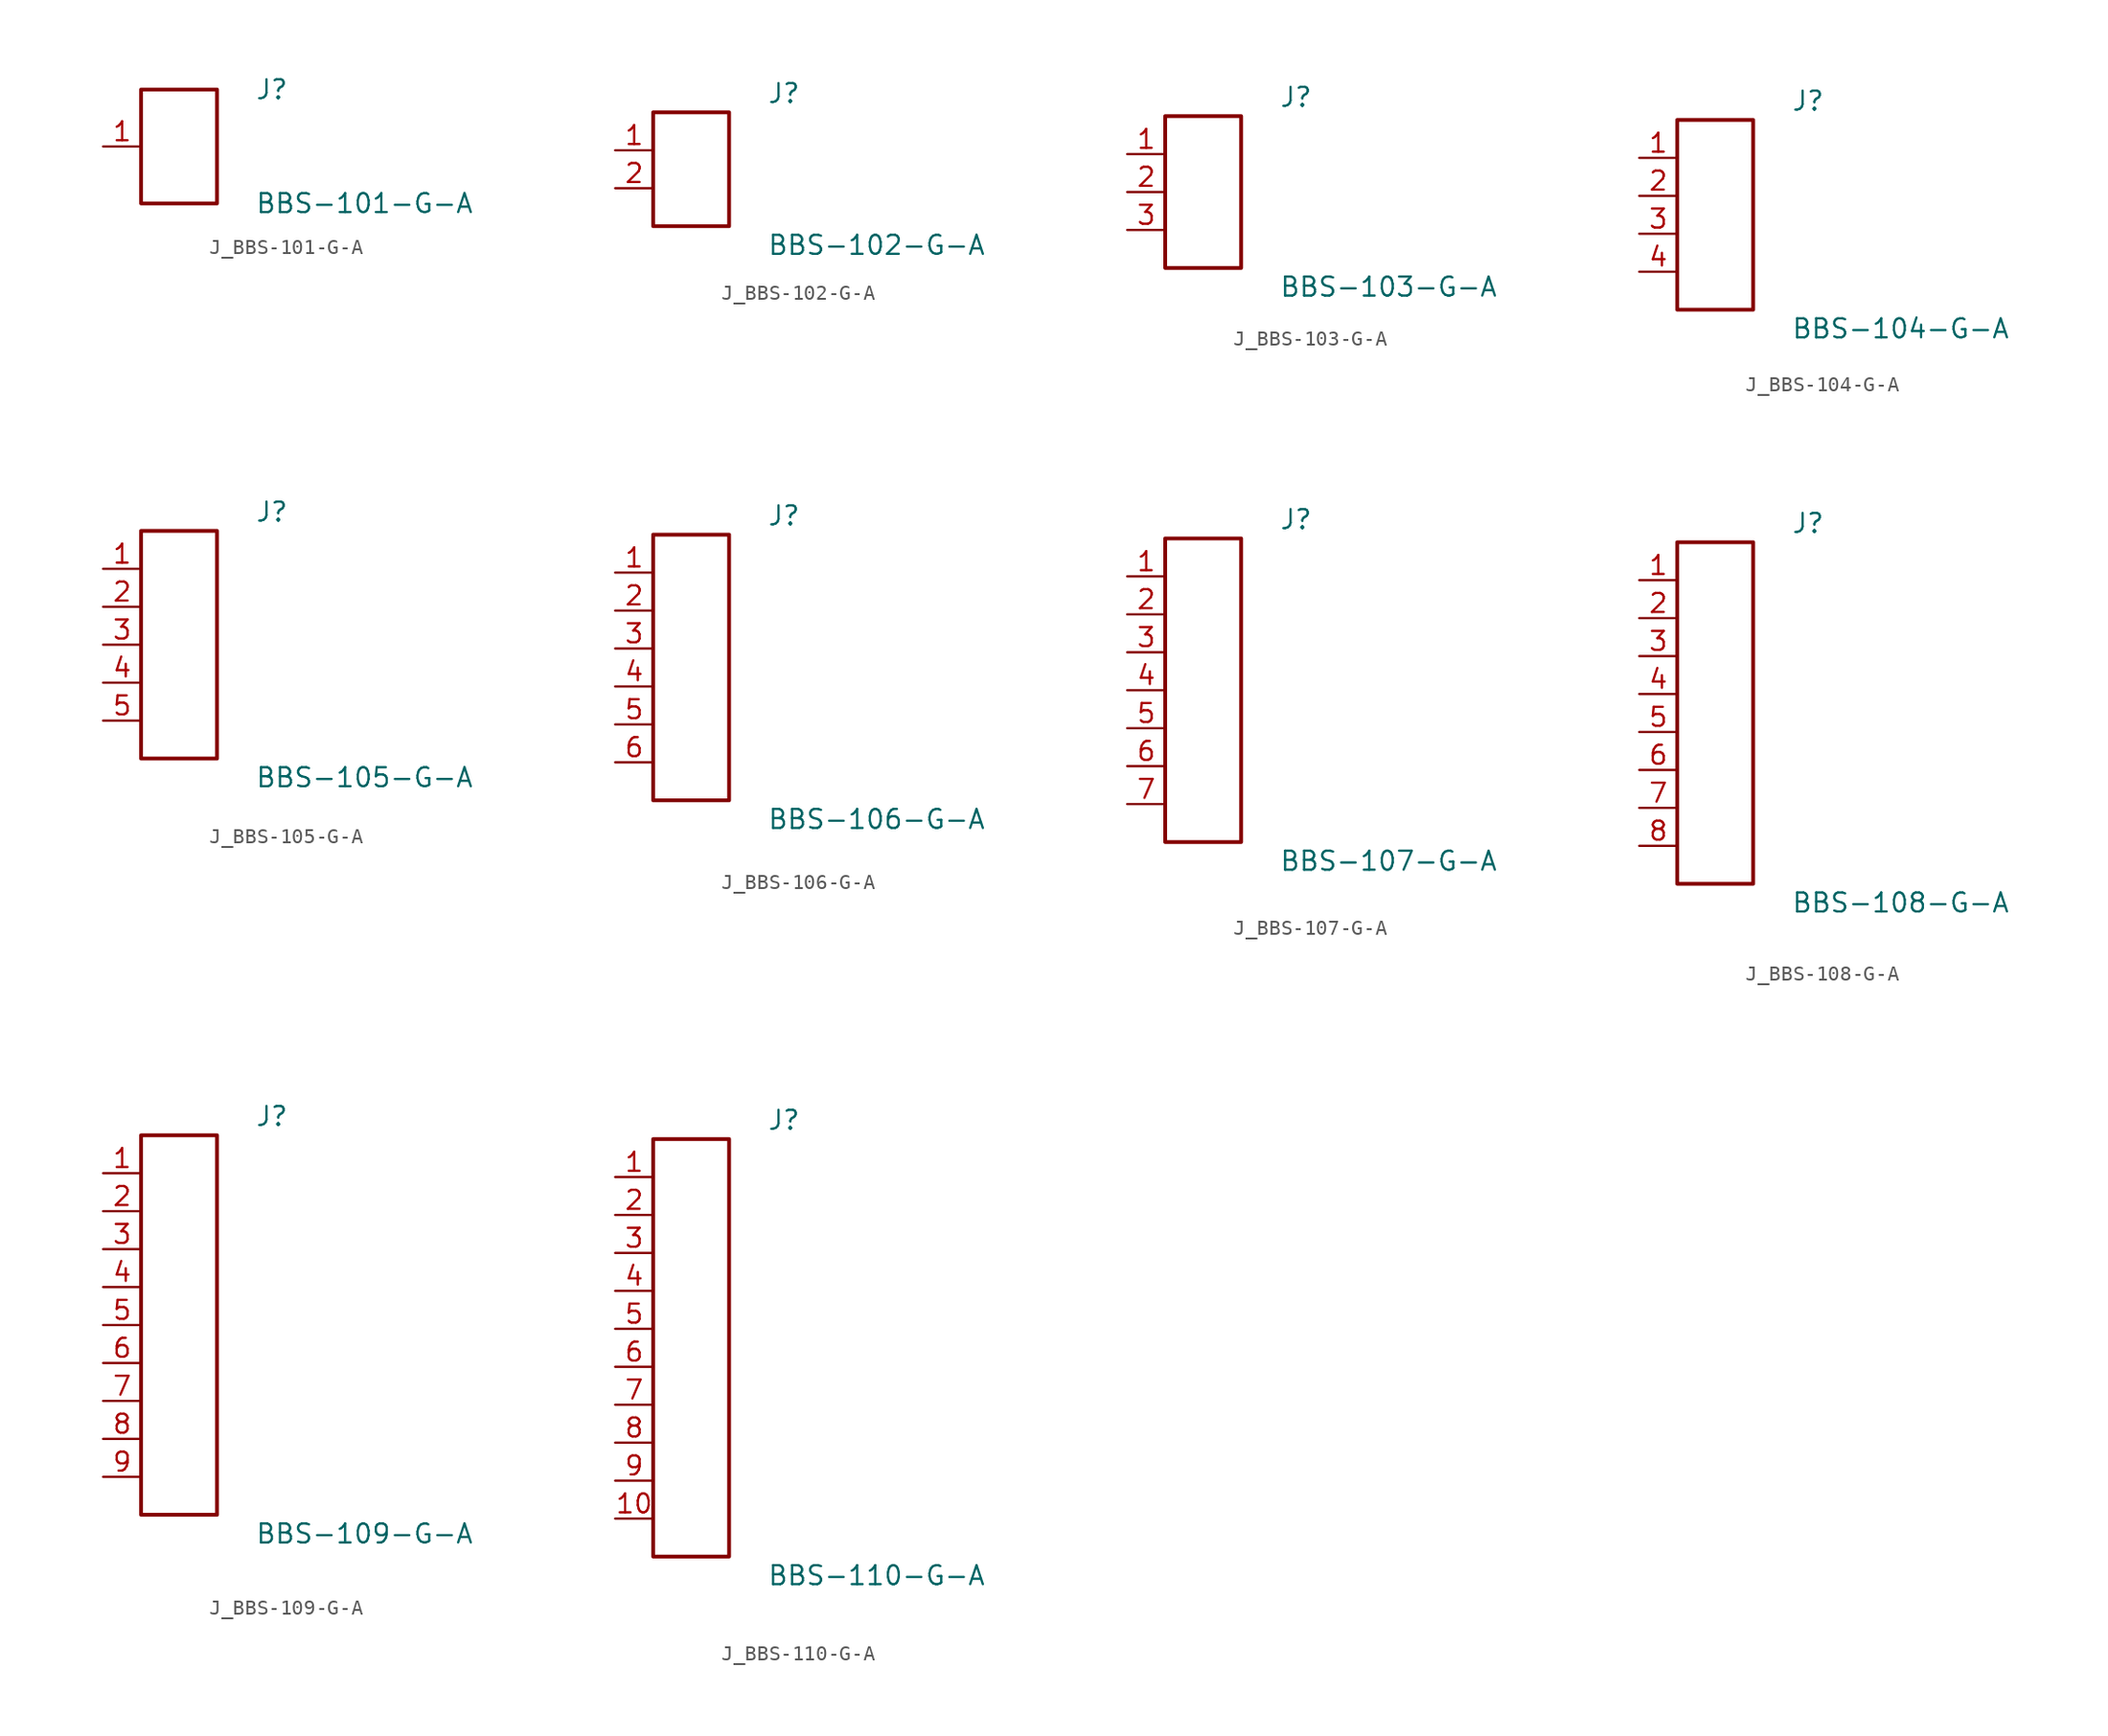
<source format=kicad_sym>
(kicad_symbol_lib
  (version 20231120)
  (generator kicad_symbol_editor)
  (generator_version 8.0)
  (symbol "J_BBS-101-G-A"
    (pin_names
      (offset 0.254))
    (property "Reference" "J"
      (at 5.08 3.81 0)
      (effects (font (size 1.27 1.27)) (justify left)))
    (property "Value" "BBS-101-G-A"
      (at 5.08 -3.81 0)
      (effects (font (size 1.27 1.27)) (justify left)))
    (symbol "J_BBS-101-G-A_0_0"
      (pin passive line (at -5.08 0.0 0) (length 2.54) (name "" (effects (font (size 1.27 1.27)))) (number "1" (effects (font (size 1.27 1.27))))))
    (symbol "J_BBS-101-G-A_1_0"
      (rectangle (start -2.54 3.81) (end 2.54 -3.81) (stroke (width 0.254) (type solid)) (fill (type none)))))
  (symbol "J_BBS-102-G-A"
    (pin_names
      (offset 0.254))
    (property "Reference" "J"
      (at 5.08 5.08 0)
      (effects (font (size 1.27 1.27)) (justify left)))
    (property "Value" "BBS-102-G-A"
      (at 5.08 -5.08 0)
      (effects (font (size 1.27 1.27)) (justify left)))
    (symbol "J_BBS-102-G-A_0_0"
      (pin passive line (at -5.08 1.27 0) (length 2.54) (name "" (effects (font (size 1.27 1.27)))) (number "1" (effects (font (size 1.27 1.27)))))
      (pin passive line (at -5.08 -1.27 0) (length 2.54) (name "" (effects (font (size 1.27 1.27)))) (number "2" (effects (font (size 1.27 1.27))))))
    (symbol "J_BBS-102-G-A_1_0"
      (rectangle (start -2.54 3.81) (end 2.54 -3.81) (stroke (width 0.254) (type solid)) (fill (type none)))))
  (symbol "J_BBS-103-G-A"
    (pin_names
      (offset 0.254))
    (property "Reference" "J"
      (at 5.08 6.35 0)
      (effects (font (size 1.27 1.27)) (justify left)))
    (property "Value" "BBS-103-G-A"
      (at 5.08 -6.35 0)
      (effects (font (size 1.27 1.27)) (justify left)))
    (symbol "J_BBS-103-G-A_0_0"
      (pin passive line (at -5.08 2.54 0) (length 2.54) (name "" (effects (font (size 1.27 1.27)))) (number "1" (effects (font (size 1.27 1.27)))))
      (pin passive line (at -5.08 0.0 0) (length 2.54) (name "" (effects (font (size 1.27 1.27)))) (number "2" (effects (font (size 1.27 1.27)))))
      (pin passive line (at -5.08 -2.54 0) (length 2.54) (name "" (effects (font (size 1.27 1.27)))) (number "3" (effects (font (size 1.27 1.27))))))
    (symbol "J_BBS-103-G-A_1_0"
      (rectangle (start -2.54 5.08) (end 2.54 -5.08) (stroke (width 0.254) (type solid)) (fill (type none)))))
  (symbol "J_BBS-104-G-A"
    (pin_names
      (offset 0.254))
    (property "Reference" "J"
      (at 5.08 7.62 0)
      (effects (font (size 1.27 1.27)) (justify left)))
    (property "Value" "BBS-104-G-A"
      (at 5.08 -7.62 0)
      (effects (font (size 1.27 1.27)) (justify left)))
    (symbol "J_BBS-104-G-A_0_0"
      (pin passive line (at -5.08 3.81 0) (length 2.54) (name "" (effects (font (size 1.27 1.27)))) (number "1" (effects (font (size 1.27 1.27)))))
      (pin passive line (at -5.08 1.27 0) (length 2.54) (name "" (effects (font (size 1.27 1.27)))) (number "2" (effects (font (size 1.27 1.27)))))
      (pin passive line (at -5.08 -1.27 0) (length 2.54) (name "" (effects (font (size 1.27 1.27)))) (number "3" (effects (font (size 1.27 1.27)))))
      (pin passive line (at -5.08 -3.81 0) (length 2.54) (name "" (effects (font (size 1.27 1.27)))) (number "4" (effects (font (size 1.27 1.27))))))
    (symbol "J_BBS-104-G-A_1_0"
      (rectangle (start -2.54 6.35) (end 2.54 -6.35) (stroke (width 0.254) (type solid)) (fill (type none)))))
  (symbol "J_BBS-105-G-A"
    (pin_names
      (offset 0.254))
    (property "Reference" "J"
      (at 5.08 8.89 0)
      (effects (font (size 1.27 1.27)) (justify left)))
    (property "Value" "BBS-105-G-A"
      (at 5.08 -8.89 0)
      (effects (font (size 1.27 1.27)) (justify left)))
    (symbol "J_BBS-105-G-A_0_0"
      (pin passive line (at -5.08 5.08 0) (length 2.54) (name "" (effects (font (size 1.27 1.27)))) (number "1" (effects (font (size 1.27 1.27)))))
      (pin passive line (at -5.08 2.54 0) (length 2.54) (name "" (effects (font (size 1.27 1.27)))) (number "2" (effects (font (size 1.27 1.27)))))
      (pin passive line (at -5.08 0.0 0) (length 2.54) (name "" (effects (font (size 1.27 1.27)))) (number "3" (effects (font (size 1.27 1.27)))))
      (pin passive line (at -5.08 -2.54 0) (length 2.54) (name "" (effects (font (size 1.27 1.27)))) (number "4" (effects (font (size 1.27 1.27)))))
      (pin passive line (at -5.08 -5.08 0) (length 2.54) (name "" (effects (font (size 1.27 1.27)))) (number "5" (effects (font (size 1.27 1.27))))))
    (symbol "J_BBS-105-G-A_1_0"
      (rectangle (start -2.54 7.62) (end 2.54 -7.62) (stroke (width 0.254) (type solid)) (fill (type none)))))
  (symbol "J_BBS-106-G-A"
    (pin_names
      (offset 0.254))
    (property "Reference" "J"
      (at 5.08 10.16 0)
      (effects (font (size 1.27 1.27)) (justify left)))
    (property "Value" "BBS-106-G-A"
      (at 5.08 -10.16 0)
      (effects (font (size 1.27 1.27)) (justify left)))
    (symbol "J_BBS-106-G-A_0_0"
      (pin passive line (at -5.08 6.35 0) (length 2.54) (name "" (effects (font (size 1.27 1.27)))) (number "1" (effects (font (size 1.27 1.27)))))
      (pin passive line (at -5.08 3.81 0) (length 2.54) (name "" (effects (font (size 1.27 1.27)))) (number "2" (effects (font (size 1.27 1.27)))))
      (pin passive line (at -5.08 1.27 0) (length 2.54) (name "" (effects (font (size 1.27 1.27)))) (number "3" (effects (font (size 1.27 1.27)))))
      (pin passive line (at -5.08 -1.27 0) (length 2.54) (name "" (effects (font (size 1.27 1.27)))) (number "4" (effects (font (size 1.27 1.27)))))
      (pin passive line (at -5.08 -3.81 0) (length 2.54) (name "" (effects (font (size 1.27 1.27)))) (number "5" (effects (font (size 1.27 1.27)))))
      (pin passive line (at -5.08 -6.35 0) (length 2.54) (name "" (effects (font (size 1.27 1.27)))) (number "6" (effects (font (size 1.27 1.27))))))
    (symbol "J_BBS-106-G-A_1_0"
      (rectangle (start -2.54 8.89) (end 2.54 -8.89) (stroke (width 0.254) (type solid)) (fill (type none)))))
  (symbol "J_BBS-107-G-A"
    (pin_names
      (offset 0.254))
    (property "Reference" "J"
      (at 5.08 11.43 0)
      (effects (font (size 1.27 1.27)) (justify left)))
    (property "Value" "BBS-107-G-A"
      (at 5.08 -11.43 0)
      (effects (font (size 1.27 1.27)) (justify left)))
    (symbol "J_BBS-107-G-A_0_0"
      (pin passive line (at -5.08 7.62 0) (length 2.54) (name "" (effects (font (size 1.27 1.27)))) (number "1" (effects (font (size 1.27 1.27)))))
      (pin passive line (at -5.08 5.08 0) (length 2.54) (name "" (effects (font (size 1.27 1.27)))) (number "2" (effects (font (size 1.27 1.27)))))
      (pin passive line (at -5.08 2.54 0) (length 2.54) (name "" (effects (font (size 1.27 1.27)))) (number "3" (effects (font (size 1.27 1.27)))))
      (pin passive line (at -5.08 0.0 0) (length 2.54) (name "" (effects (font (size 1.27 1.27)))) (number "4" (effects (font (size 1.27 1.27)))))
      (pin passive line (at -5.08 -2.54 0) (length 2.54) (name "" (effects (font (size 1.27 1.27)))) (number "5" (effects (font (size 1.27 1.27)))))
      (pin passive line (at -5.08 -5.08 0) (length 2.54) (name "" (effects (font (size 1.27 1.27)))) (number "6" (effects (font (size 1.27 1.27)))))
      (pin passive line (at -5.08 -7.62 0) (length 2.54) (name "" (effects (font (size 1.27 1.27)))) (number "7" (effects (font (size 1.27 1.27))))))
    (symbol "J_BBS-107-G-A_1_0"
      (rectangle (start -2.54 10.16) (end 2.54 -10.16) (stroke (width 0.254) (type solid)) (fill (type none)))))
  (symbol "J_BBS-108-G-A"
    (pin_names
      (offset 0.254))
    (property "Reference" "J"
      (at 5.08 12.7 0)
      (effects (font (size 1.27 1.27)) (justify left)))
    (property "Value" "BBS-108-G-A"
      (at 5.08 -12.7 0)
      (effects (font (size 1.27 1.27)) (justify left)))
    (symbol "J_BBS-108-G-A_0_0"
      (pin passive line (at -5.08 8.89 0) (length 2.54) (name "" (effects (font (size 1.27 1.27)))) (number "1" (effects (font (size 1.27 1.27)))))
      (pin passive line (at -5.08 6.35 0) (length 2.54) (name "" (effects (font (size 1.27 1.27)))) (number "2" (effects (font (size 1.27 1.27)))))
      (pin passive line (at -5.08 3.81 0) (length 2.54) (name "" (effects (font (size 1.27 1.27)))) (number "3" (effects (font (size 1.27 1.27)))))
      (pin passive line (at -5.08 1.27 0) (length 2.54) (name "" (effects (font (size 1.27 1.27)))) (number "4" (effects (font (size 1.27 1.27)))))
      (pin passive line (at -5.08 -1.27 0) (length 2.54) (name "" (effects (font (size 1.27 1.27)))) (number "5" (effects (font (size 1.27 1.27)))))
      (pin passive line (at -5.08 -3.81 0) (length 2.54) (name "" (effects (font (size 1.27 1.27)))) (number "6" (effects (font (size 1.27 1.27)))))
      (pin passive line (at -5.08 -6.35 0) (length 2.54) (name "" (effects (font (size 1.27 1.27)))) (number "7" (effects (font (size 1.27 1.27)))))
      (pin passive line (at -5.08 -8.89 0) (length 2.54) (name "" (effects (font (size 1.27 1.27)))) (number "8" (effects (font (size 1.27 1.27))))))
    (symbol "J_BBS-108-G-A_1_0"
      (rectangle (start -2.54 11.43) (end 2.54 -11.43) (stroke (width 0.254) (type solid)) (fill (type none)))))
  (symbol "J_BBS-109-G-A"
    (pin_names
      (offset 0.254))
    (property "Reference" "J"
      (at 5.08 13.97 0)
      (effects (font (size 1.27 1.27)) (justify left)))
    (property "Value" "BBS-109-G-A"
      (at 5.08 -13.97 0)
      (effects (font (size 1.27 1.27)) (justify left)))
    (symbol "J_BBS-109-G-A_0_0"
      (pin passive line (at -5.08 10.16 0) (length 2.54) (name "" (effects (font (size 1.27 1.27)))) (number "1" (effects (font (size 1.27 1.27)))))
      (pin passive line (at -5.08 7.62 0) (length 2.54) (name "" (effects (font (size 1.27 1.27)))) (number "2" (effects (font (size 1.27 1.27)))))
      (pin passive line (at -5.08 5.08 0) (length 2.54) (name "" (effects (font (size 1.27 1.27)))) (number "3" (effects (font (size 1.27 1.27)))))
      (pin passive line (at -5.08 2.54 0) (length 2.54) (name "" (effects (font (size 1.27 1.27)))) (number "4" (effects (font (size 1.27 1.27)))))
      (pin passive line (at -5.08 0.0 0) (length 2.54) (name "" (effects (font (size 1.27 1.27)))) (number "5" (effects (font (size 1.27 1.27)))))
      (pin passive line (at -5.08 -2.54 0) (length 2.54) (name "" (effects (font (size 1.27 1.27)))) (number "6" (effects (font (size 1.27 1.27)))))
      (pin passive line (at -5.08 -5.08 0) (length 2.54) (name "" (effects (font (size 1.27 1.27)))) (number "7" (effects (font (size 1.27 1.27)))))
      (pin passive line (at -5.08 -7.62 0) (length 2.54) (name "" (effects (font (size 1.27 1.27)))) (number "8" (effects (font (size 1.27 1.27)))))
      (pin passive line (at -5.08 -10.16 0) (length 2.54) (name "" (effects (font (size 1.27 1.27)))) (number "9" (effects (font (size 1.27 1.27))))))
    (symbol "J_BBS-109-G-A_1_0"
      (rectangle (start -2.54 12.7) (end 2.54 -12.7) (stroke (width 0.254) (type solid)) (fill (type none)))))
  (symbol "J_BBS-110-G-A"
    (pin_names
      (offset 0.254))
    (property "Reference" "J"
      (at 5.08 15.24 0)
      (effects (font (size 1.27 1.27)) (justify left)))
    (property "Value" "BBS-110-G-A"
      (at 5.08 -15.24 0)
      (effects (font (size 1.27 1.27)) (justify left)))
    (symbol "J_BBS-110-G-A_0_0"
      (pin passive line (at -5.08 11.43 0) (length 2.54) (name "" (effects (font (size 1.27 1.27)))) (number "1" (effects (font (size 1.27 1.27)))))
      (pin passive line (at -5.08 8.89 0) (length 2.54) (name "" (effects (font (size 1.27 1.27)))) (number "2" (effects (font (size 1.27 1.27)))))
      (pin passive line (at -5.08 6.35 0) (length 2.54) (name "" (effects (font (size 1.27 1.27)))) (number "3" (effects (font (size 1.27 1.27)))))
      (pin passive line (at -5.08 3.81 0) (length 2.54) (name "" (effects (font (size 1.27 1.27)))) (number "4" (effects (font (size 1.27 1.27)))))
      (pin passive line (at -5.08 1.27 0) (length 2.54) (name "" (effects (font (size 1.27 1.27)))) (number "5" (effects (font (size 1.27 1.27)))))
      (pin passive line (at -5.08 -1.27 0) (length 2.54) (name "" (effects (font (size 1.27 1.27)))) (number "6" (effects (font (size 1.27 1.27)))))
      (pin passive line (at -5.08 -3.81 0) (length 2.54) (name "" (effects (font (size 1.27 1.27)))) (number "7" (effects (font (size 1.27 1.27)))))
      (pin passive line (at -5.08 -6.35 0) (length 2.54) (name "" (effects (font (size 1.27 1.27)))) (number "8" (effects (font (size 1.27 1.27)))))
      (pin passive line (at -5.08 -8.89 0) (length 2.54) (name "" (effects (font (size 1.27 1.27)))) (number "9" (effects (font (size 1.27 1.27)))))
      (pin passive line (at -5.08 -11.43 0) (length 2.54) (name "" (effects (font (size 1.27 1.27)))) (number "10" (effects (font (size 1.27 1.27))))))
    (symbol "J_BBS-110-G-A_1_0"
      (rectangle (start -2.54 13.97) (end 2.54 -13.97) (stroke (width 0.254) (type solid)) (fill (type none))))))
</source>
